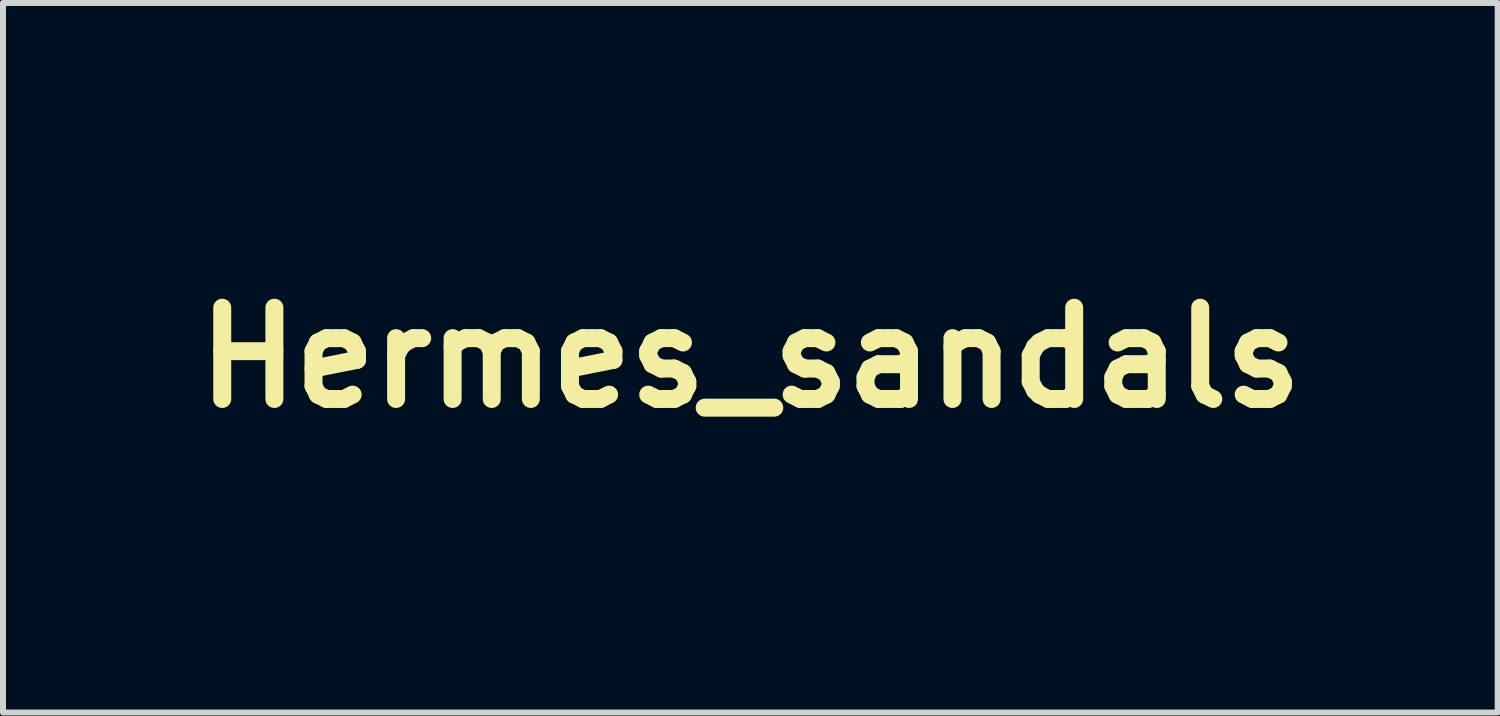
<source format=kicad_pcb>
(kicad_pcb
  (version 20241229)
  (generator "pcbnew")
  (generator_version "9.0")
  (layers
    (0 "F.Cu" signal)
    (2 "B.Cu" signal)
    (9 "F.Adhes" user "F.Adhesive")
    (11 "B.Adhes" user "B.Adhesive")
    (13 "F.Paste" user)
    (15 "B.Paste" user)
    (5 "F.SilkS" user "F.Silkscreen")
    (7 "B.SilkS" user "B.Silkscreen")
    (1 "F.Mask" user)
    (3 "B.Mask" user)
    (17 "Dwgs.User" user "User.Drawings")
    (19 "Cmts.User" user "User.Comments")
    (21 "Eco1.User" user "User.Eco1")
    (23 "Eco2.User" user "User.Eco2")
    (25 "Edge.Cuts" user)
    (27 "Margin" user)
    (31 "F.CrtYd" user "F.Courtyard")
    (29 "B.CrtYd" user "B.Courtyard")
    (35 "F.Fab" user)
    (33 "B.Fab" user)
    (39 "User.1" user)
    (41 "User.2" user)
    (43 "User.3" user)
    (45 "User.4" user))
  (footprint "Hermes_sandals"
    (layer "F.Cu")
    (at 9.478 2.922)
    (property "Reference" "Hermes_sandals" (at 0 0 0) (layer "F.SilkS") (effects (font (size 1.524 1.524) (thickness 0.3))))
    (attr through_hole)
    (fp_poly (pts (xy -2.561 -2.914) (xy -2.488 -2.897) (xy -2.382 -2.869) (xy -2.249 -2.831) (xy -2.096 -2.785) (xy -1.968 -2.746) (xy -1.565 -2.619) (xy -1.189 -2.501) (xy -0.843 -2.391) (xy -0.528 -2.291) (xy -0.246 -2.201) (xy -0.000376 -2.121) (xy 0.208 -2.053) (xy 0.377 -1.997) (xy 0.504 -1.953) (xy 0.588 -1.923) (xy 0.622 -1.909) (xy 0.696 -1.86) (xy 0.771 -1.794) (xy 0.789 -1.775) (xy 0.833 -1.721) (xy 0.867 -1.662) (xy 0.894 -1.595) (xy 0.914 -1.511) (xy 0.927 -1.405) (xy 0.936 -1.271) (xy 0.941 -1.101) (xy 0.942 -0.891) (xy 0.943 -0.81) (xy 0.943 -0.191) (xy 1.425 0.761) (xy 1.529 0.966) (xy 1.629 1.161) (xy 1.722 1.34) (xy 1.805 1.498) (xy 1.876 1.629) (xy 1.931 1.73) (xy 1.968 1.794) (xy 1.979 1.811) (xy 2.023 1.862) (xy 2.095 1.938) (xy 2.188 2.029) (xy 2.291 2.126) (xy 2.334 2.165) (xy 2.442 2.263) (xy 2.519 2.335) (xy 2.57 2.394) (xy 2.598 2.448) (xy 2.609 2.509) (xy 2.606 2.587) (xy 2.593 2.693) (xy 2.583 2.771) (xy 2.561 2.8) (xy 2.508 2.838) (xy 2.474 2.856) (xy 2.357 2.897) (xy 2.206 2.917) (xy 2.032 2.919) (xy 1.847 2.9) (xy 1.736 2.879) (xy 1.536 2.829) (xy 1.366 2.772) (xy 1.216 2.702) (xy 1.079 2.614) (xy 0.943 2.5) (xy 0.931 2.488) (xy 1.426 2.488) (xy 1.513 2.524) (xy 1.614 2.558) (xy 1.744 2.59) (xy 1.885 2.617) (xy 2.021 2.636) (xy 2.135 2.644) (xy 2.179 2.643) (xy 2.309 2.617) (xy 2.396 2.575) (xy 2.449 2.535) (xy 2.478 2.506) (xy 2.48 2.5) (xy 2.463 2.478) (xy 2.415 2.431) (xy 2.342 2.363) (xy 2.253 2.283) (xy 2.227 2.26) (xy 1.974 2.037) (xy 1.876 2.091) (xy 1.814 2.133) (xy 1.732 2.199) (xy 1.643 2.278) (xy 1.602 2.317) (xy 1.426 2.488) (xy 0.931 2.488) (xy 0.8 2.356) (xy 0.654 2.192) (xy 0.534 2.054) (xy 0.433 1.944) (xy 0.34 1.853) (xy 0.247 1.773) (xy 0.143 1.696) (xy 0.018 1.613) (xy -0.138 1.518) (xy -0.19 1.486) (xy -0.403 1.348) (xy -0.547 1.237) (xy 0.025 1.237) (xy 0.045 1.261) (xy 0.096 1.301) (xy 0.169 1.349) (xy 0.174 1.352) (xy 0.299 1.432) (xy 0.409 1.514) (xy 0.515 1.605) (xy 0.624 1.714) (xy 0.747 1.851) (xy 0.833 1.952) (xy 0.966 2.108) (xy 1.072 2.227) (xy 1.151 2.31) (xy 1.205 2.358) (xy 1.236 2.375) (xy 1.241 2.374) (xy 1.263 2.355) (xy 1.309 2.308) (xy 1.368 2.245) (xy 1.371 2.242) (xy 1.488 2.116) (xy 0.991 1.454) (xy 0.854 1.272) (xy 0.742 1.125) (xy 0.654 1.012) (xy 0.586 0.928) (xy 0.535 0.87) (xy 0.499 0.834) (xy 0.473 0.816) (xy 0.456 0.814) (xy 0.452 0.816) (xy 0.414 0.844) (xy 0.354 0.896) (xy 0.281 0.964) (xy 0.203 1.04) (xy 0.131 1.113) (xy 0.071 1.176) (xy 0.034 1.221) (xy 0.025 1.237) (xy -0.547 1.237) (xy -0.569 1.22) (xy -0.69 1.099) (xy -0.766 0.985) (xy -0.787 0.932) (xy -0.801 0.844) (xy -0.79 0.769) (xy -0.757 0.722) (xy -0.743 0.715) (xy -0.733 0.702) (xy -0.546 0.702) (xy -0.523 0.816) (xy -0.46 0.926) (xy -0.365 1.019) (xy -0.364 1.02) (xy -0.302 1.062) (xy -0.254 1.087) (xy -0.241 1.091) (xy -0.229 1.068) (xy -0.225 1.001) (xy -0.229 0.899) (xy -0.239 0.806) (xy -0.256 0.695) (xy -0.279 0.576) (xy -0.304 0.456) (xy -0.33 0.347) (xy -0.355 0.255) (xy -0.377 0.191) (xy -0.393 0.164) (xy -0.398 0.165) (xy -0.416 0.201) (xy -0.441 0.272) (xy -0.469 0.366) (xy -0.498 0.469) (xy -0.522 0.568) (xy -0.54 0.651) (xy -0.546 0.702) (xy -0.733 0.702) (xy -0.722 0.686) (xy -0.693 0.619) (xy -0.661 0.522) (xy -0.627 0.406) (xy -0.593 0.28) (xy -0.564 0.153) (xy -0.54 0.037) (xy -0.531 -0.025) (xy -0.216 -0.025) (xy -0.145 0.228) (xy -0.111 0.355) (xy -0.08 0.485) (xy -0.056 0.599) (xy -0.048 0.643) (xy -0.029 0.766) (xy -0.014 0.846) (xy 0.003 0.885) (xy 0.029 0.889) (xy 0.069 0.862) (xy 0.13 0.809) (xy 0.156 0.787) (xy 0.252 0.706) (xy 0.328 0.644) (xy 0.686 0.644) (xy 0.695 0.668) (xy 0.731 0.727) (xy 0.791 0.815) (xy 0.87 0.929) (xy 0.967 1.063) (xy 1.076 1.213) (xy 1.157 1.322) (xy 1.65 1.979) (xy 1.736 1.928) (xy 1.792 1.895) (xy 1.825 1.875) (xy 1.829 1.873) (xy 1.82 1.851) (xy 1.791 1.793) (xy 1.747 1.705) (xy 1.691 1.596) (xy 1.647 1.511) (xy 1.563 1.351) (xy 1.468 1.168) (xy 1.373 0.981) (xy 1.288 0.813) (xy 1.274 0.786) (xy 1.089 0.418) (xy 0.898 0.521) (xy 0.81 0.57) (xy 0.737 0.611) (xy 0.693 0.639) (xy 0.686 0.644) (xy 0.328 0.644) (xy 0.356 0.622) (xy 0.446 0.552) (xy 0.446 0.552) (xy 0.536 0.491) (xy 0.648 0.421) (xy 0.761 0.356) (xy 0.781 0.345) (xy 0.87 0.298) (xy 0.94 0.26) (xy 0.982 0.237) (xy 0.988 0.233) (xy 0.982 0.21) (xy 0.956 0.157) (xy 0.926 0.101) (xy 0.856 -0.025) (xy 0.32 -0.025) (xy -0.216 -0.025) (xy -0.531 -0.025) (xy -0.525 -0.061) (xy -0.521 -0.117) (xy -0.523 -0.206) (xy -0.533 -0.259) (xy -0.555 -0.291) (xy -0.577 -0.307) (xy -0.618 -0.325) (xy -0.698 -0.356) (xy -0.807 -0.394) (xy -0.936 -0.437) (xy -1.037 -0.469) (xy -1.193 -0.52) (xy -1.311 -0.561) (xy -1.398 -0.597) (xy -1.462 -0.63) (xy -1.513 -0.664) (xy -1.543 -0.689) (xy -1.643 -0.802) (xy -1.697 -0.923) (xy -1.712 -1.039) (xy -1.712 -1.046) (xy -1.573 -1.046) (xy -1.565 -0.988) (xy -1.561 -0.972) (xy -1.539 -0.905) (xy -1.503 -0.847) (xy -1.447 -0.795) (xy -1.365 -0.745) (xy -1.251 -0.694) (xy -1.099 -0.639) (xy -0.935 -0.585) (xy -0.775 -0.533) (xy -0.656 -0.492) (xy -0.57 -0.458) (xy -0.509 -0.429) (xy -0.468 -0.401) (xy -0.437 -0.371) (xy -0.436 -0.37) (xy -0.395 -0.316) (xy -0.373 -0.277) (xy -0.372 -0.271) (xy -0.35 -0.258) (xy -0.293 -0.25) (xy -0.249 -0.248) (xy -0.126 -0.248) (xy -0.181 -0.341) (xy -0.217 -0.425) (xy -0.243 -0.524) (xy -0.248 -0.558) (xy -0.26 -0.682) (xy -0.911 -0.883) (xy -1.081 -0.936) (xy -1.236 -0.982) (xy -1.368 -1.021) (xy -1.472 -1.051) (xy -1.542 -1.069) (xy -1.571 -1.075) (xy -1.571 -1.074) (xy -1.573 -1.046) (xy -1.712 -1.046) (xy -1.718 -1.107) (xy -1.745 -1.152) (xy -1.799 -1.191) (xy -1.892 -1.274) (xy -1.967 -1.392) (xy -2.015 -1.531) (xy -2.023 -1.575) (xy -2.033 -1.618) (xy -1.888 -1.618) (xy -1.884 -1.57) (xy -1.86 -1.504) (xy -1.822 -1.433) (xy -1.774 -1.366) (xy -1.723 -1.315) (xy -1.706 -1.303) (xy -1.666 -1.285) (xy -1.587 -1.256) (xy -1.479 -1.218) (xy -1.348 -1.173) (xy -1.205 -1.125) (xy -1.057 -1.077) (xy -0.912 -1.03) (xy -0.78 -0.988) (xy -0.668 -0.954) (xy -0.585 -0.93) (xy -0.54 -0.919) (xy -0.537 -0.919) (xy -0.526 -0.938) (xy -0.531 -0.98) (xy -0.545 -1.045) (xy -0.558 -1.128) (xy -0.561 -1.147) (xy -0.576 -1.253) (xy -1.212 -1.446) (xy -1.381 -1.497) (xy -1.535 -1.543) (xy -1.667 -1.582) (xy -1.77 -1.612) (xy -1.839 -1.632) (xy -1.867 -1.638) (xy -1.888 -1.618) (xy -2.033 -1.618) (xy -2.04 -1.652) (xy -2.07 -1.713) (xy -2.125 -1.777) (xy -2.159 -1.811) (xy -2.26 -1.931) (xy -2.316 -2.064) (xy -2.326 -2.142) (xy -2.178 -2.142) (xy -2.168 -2.066) (xy -2.125 -1.98) (xy -2.059 -1.902) (xy -2.031 -1.879) (xy -1.994 -1.861) (xy -1.917 -1.831) (xy -1.811 -1.793) (xy -1.681 -1.748) (xy -1.538 -1.7) (xy -1.389 -1.65) (xy -1.243 -1.603) (xy -1.109 -1.561) (xy -0.994 -1.526) (xy -0.906 -1.502) (xy -0.855 -1.49) (xy -0.851 -1.49) (xy -0.834 -1.503) (xy -0.84 -1.551) (xy -0.845 -1.569) (xy -0.862 -1.651) (xy -0.868 -1.725) (xy -0.868 -1.8) (xy -1.519 -2.001) (xy -2.17 -2.202) (xy -2.178 -2.142) (xy -2.326 -2.142) (xy -2.332 -2.195) (xy -2.344 -2.251) (xy -2.383 -2.3) (xy -2.433 -2.339) (xy -2.519 -2.417) (xy -2.581 -2.512) (xy -2.581 -2.512) (xy -2.608 -2.594) (xy -2.624 -2.688) (xy -2.624 -2.69) (xy -2.48 -2.69) (xy -2.457 -2.585) (xy -2.391 -2.49) (xy -2.316 -2.429) (xy -2.271 -2.408) (xy -2.189 -2.376) (xy -2.076 -2.335) (xy -1.943 -2.288) (xy -1.797 -2.238) (xy -1.647 -2.188) (xy -1.502 -2.14) (xy -1.371 -2.099) (xy -1.261 -2.065) (xy -1.182 -2.044) (xy -1.146 -2.036) (xy -1.125 -2.049) (xy -1.131 -2.09) (xy -1.147 -2.152) (xy -1.162 -2.231) (xy -1.164 -2.244) (xy -1.167 -2.262) (xy -1.016 -2.262) (xy -1.014 -2.212) (xy -0.996 -2.148) (xy -0.968 -2.091) (xy -0.917 -2.025) (xy -0.859 -1.972) (xy -0.856 -1.97) (xy -0.816 -1.952) (xy -0.735 -1.921) (xy -0.621 -1.881) (xy -0.479 -1.834) (xy -0.318 -1.782) (xy -0.144 -1.727) (xy -0.142 -1.726) (xy 0.053 -1.666) (xy 0.206 -1.617) (xy 0.321 -1.578) (xy 0.404 -1.548) (xy 0.46 -1.524) (xy 0.494 -1.504) (xy 0.511 -1.486) (xy 0.516 -1.473) (xy 0.507 -1.425) (xy 0.488 -1.406) (xy 0.455 -1.41) (xy 0.382 -1.426) (xy 0.275 -1.454) (xy 0.142 -1.491) (xy -0.011 -1.536) (xy -0.134 -1.574) (xy -0.315 -1.629) (xy -0.454 -1.672) (xy -0.557 -1.702) (xy -0.63 -1.72) (xy -0.676 -1.729) (xy -0.703 -1.729) (xy -0.716 -1.721) (xy -0.719 -1.706) (xy -0.719 -1.697) (xy -0.695 -1.58) (xy -0.625 -1.475) (xy -0.605 -1.455) (xy -0.578 -1.434) (xy -0.539 -1.411) (xy -0.484 -1.386) (xy -0.407 -1.356) (xy -0.304 -1.321) (xy -0.17 -1.277) (xy 0.001 -1.223) (xy 0.213 -1.157) (xy 0.267 -1.141) (xy 0.383 -1.104) (xy 0.458 -1.075) (xy 0.501 -1.051) (xy 0.519 -1.028) (xy 0.521 -1.014) (xy 0.503 -0.967) (xy 0.481 -0.951) (xy 0.446 -0.953) (xy 0.371 -0.968) (xy 0.267 -0.995) (xy 0.14 -1.03) (xy 0.021 -1.066) (xy -0.115 -1.108) (xy -0.234 -1.142) (xy -0.329 -1.167) (xy -0.391 -1.181) (xy -0.413 -1.183) (xy -0.418 -1.151) (xy -0.413 -1.091) (xy -0.41 -1.075) (xy -0.382 -0.991) (xy -0.329 -0.919) (xy -0.245 -0.857) (xy -0.124 -0.799) (xy 0.039 -0.741) (xy 0.069 -0.732) (xy 0.19 -0.694) (xy 0.301 -0.66) (xy 0.389 -0.633) (xy 0.44 -0.617) (xy 0.503 -0.584) (xy 0.521 -0.543) (xy 0.512 -0.504) (xy 0.481 -0.484) (xy 0.423 -0.484) (xy 0.331 -0.502) (xy 0.2 -0.539) (xy 0.189 -0.542) (xy 0.061 -0.581) (xy -0.028 -0.606) (xy -0.082 -0.616) (xy -0.11 -0.612) (xy -0.118 -0.596) (xy -0.112 -0.567) (xy -0.112 -0.564) (xy -0.074 -0.453) (xy -0.029 -0.376) (xy 0.032 -0.319) (xy 0.047 -0.308) (xy 0.086 -0.284) (xy 0.126 -0.267) (xy 0.176 -0.256) (xy 0.247 -0.251) (xy 0.349 -0.248) (xy 0.465 -0.248) (xy 0.794 -0.248) (xy 0.793 -0.85) (xy 0.791 -1.075) (xy 0.787 -1.256) (xy 0.777 -1.399) (xy 0.762 -1.511) (xy 0.74 -1.595) (xy 0.708 -1.659) (xy 0.666 -1.709) (xy 0.613 -1.749) (xy 0.558 -1.78) (xy 0.521 -1.795) (xy 0.444 -1.822) (xy 0.335 -1.859) (xy 0.201 -1.904) (xy 0.049 -1.954) (xy -0.115 -2.007) (xy -0.283 -2.061) (xy -0.448 -2.114) (xy -0.604 -2.164) (xy -0.743 -2.207) (xy -0.859 -2.243) (xy -0.944 -2.268) (xy -0.991 -2.281) (xy -0.998 -2.282) (xy -1.016 -2.262) (xy -1.167 -2.262) (xy -1.178 -2.343) (xy -1.823 -2.548) (xy -1.993 -2.602) (xy -2.146 -2.65) (xy -2.277 -2.692) (xy -2.379 -2.724) (xy -2.447 -2.745) (xy -2.474 -2.753) (xy -2.474 -2.753) (xy -2.479 -2.732) (xy -2.48 -2.69) (xy -2.624 -2.69) (xy -2.63 -2.781) (xy -2.624 -2.859) (xy -2.605 -2.908) (xy -2.594 -2.917) (xy -2.561 -2.914)) (stroke (width 0.01) (type solid)) (fill yes) (layer "F.Mask")))
  (gr_rect
    (start -3 -3)
    (end 21.956 8.846)
    (stroke (width 0.1) (type default))
    (fill no)
    (layer "Edge.Cuts")))
</source>
